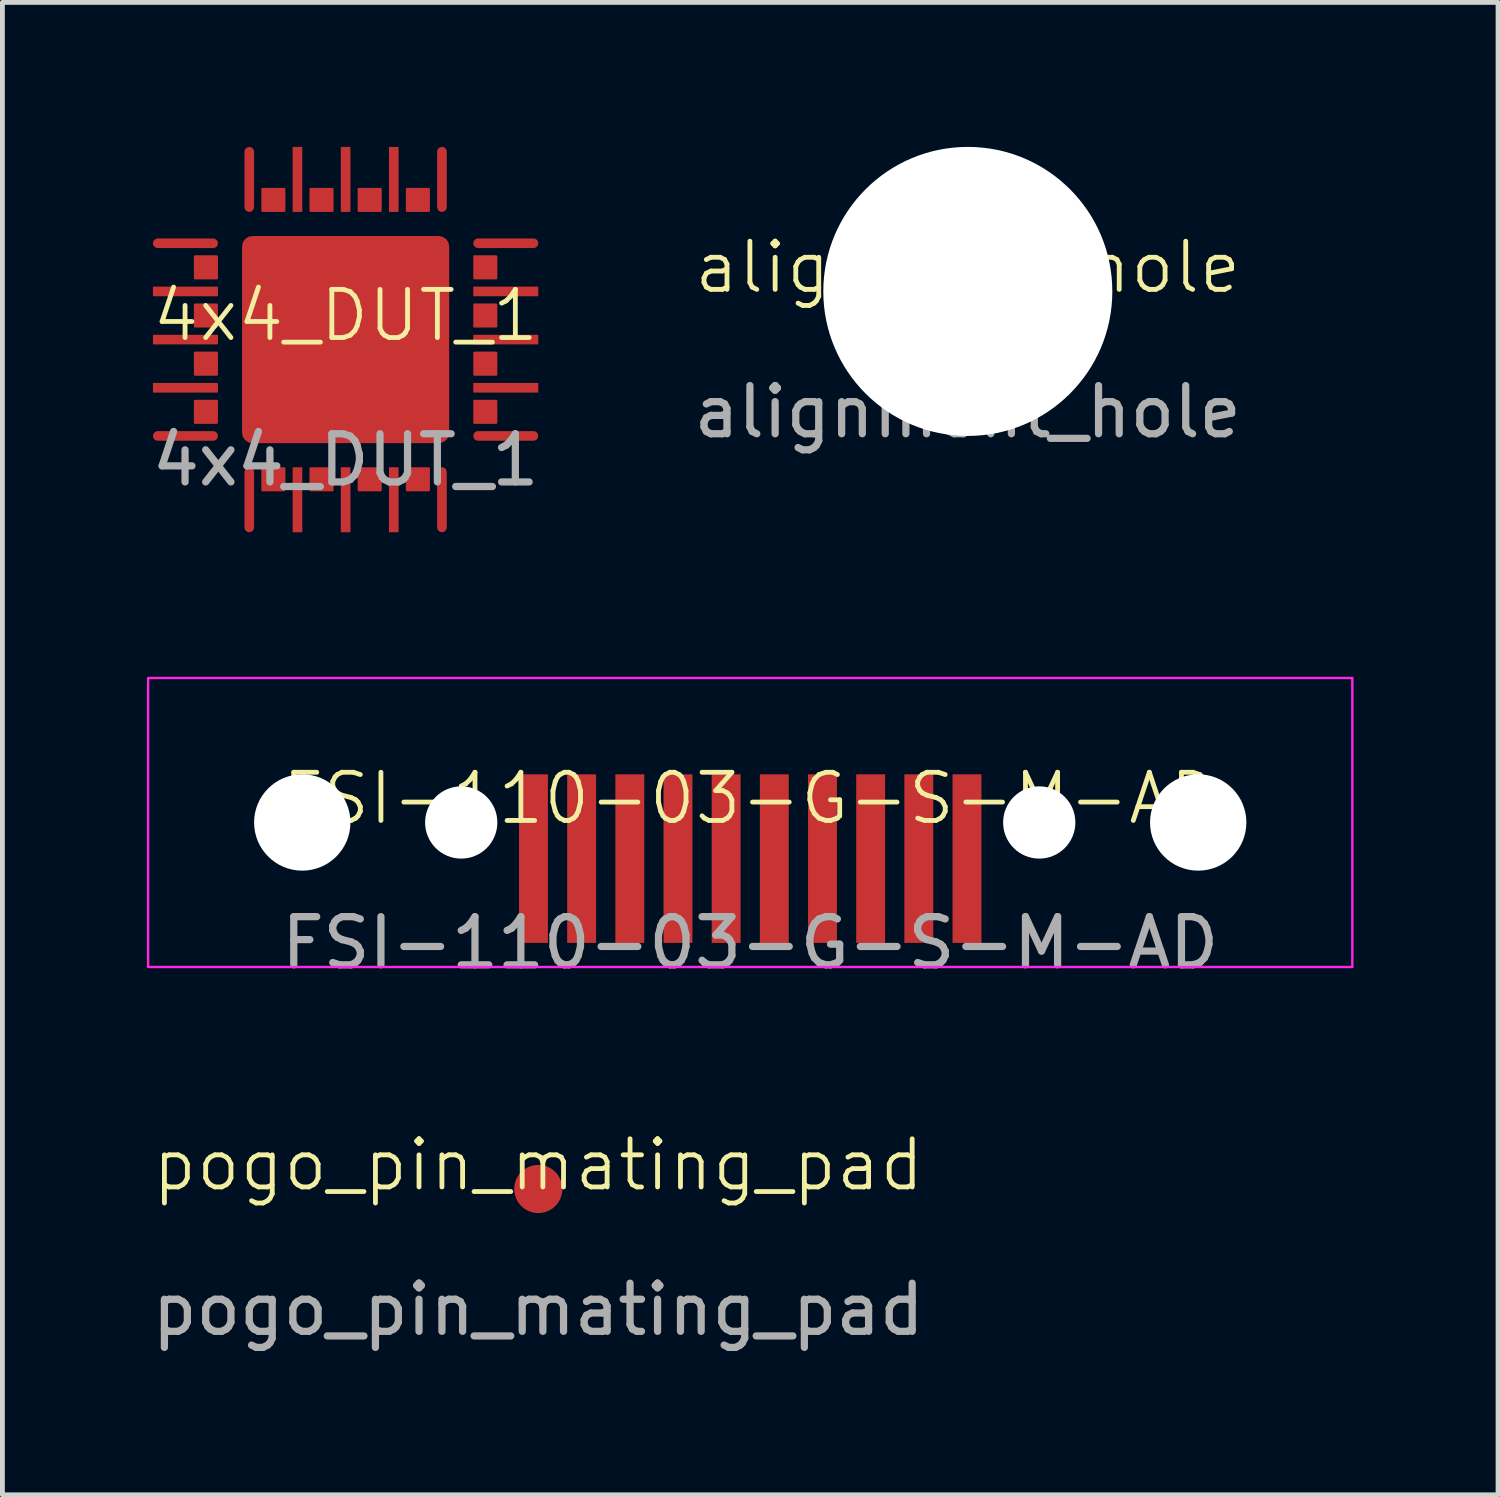
<source format=kicad_pcb>
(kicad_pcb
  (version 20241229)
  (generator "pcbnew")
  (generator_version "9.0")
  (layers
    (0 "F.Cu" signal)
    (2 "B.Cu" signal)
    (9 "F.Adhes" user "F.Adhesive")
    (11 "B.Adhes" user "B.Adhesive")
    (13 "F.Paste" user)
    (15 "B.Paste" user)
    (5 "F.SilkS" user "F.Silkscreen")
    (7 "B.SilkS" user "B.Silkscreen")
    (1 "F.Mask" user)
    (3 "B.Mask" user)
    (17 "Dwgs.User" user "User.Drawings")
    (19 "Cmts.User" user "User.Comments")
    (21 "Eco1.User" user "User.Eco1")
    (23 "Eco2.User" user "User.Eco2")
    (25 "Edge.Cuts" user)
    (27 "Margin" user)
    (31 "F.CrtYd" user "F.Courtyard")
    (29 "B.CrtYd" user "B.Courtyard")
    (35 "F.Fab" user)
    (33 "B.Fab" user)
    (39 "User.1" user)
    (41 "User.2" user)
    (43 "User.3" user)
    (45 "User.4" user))
  (footprint "FSI-110-03-G-S-M-AD"
    (layer "F.Cu")
    (at 12.525 14.025)
    (property "Reference" "FSI-110-03-G-S-M-AD" (at 0 -0.5 0) (unlocked yes) (layer "F.SilkS") (effects (font (size 1 1) (thickness 0.1))))
    (attr smd)
    (fp_rect (start -12.5 -3) (end 12.5 3) (stroke (width 0.05) (type default)) (fill no) (layer "F.CrtYd"))
    (fp_text user "${REFERENCE}" (at 0 2.5 0) (unlocked yes) (layer "F.Fab") (effects (font (size 1 1) (thickness 0.15))))
    (pad "" np_thru_hole circle (at -9.3 0) (size 2 2) (drill 2) (layers "*.Cu" "*.Mask"))
    (pad "" np_thru_hole circle (at -6 0) (size 1.5 1.5) (drill 1.5) (layers "*.Cu" "*.Mask"))
    (pad "" np_thru_hole circle (at 6 0) (size 1.5 1.5) (drill 1.5) (layers "*.Cu" "*.Mask"))
    (pad "" np_thru_hole circle (at 9.3 0) (size 2 2) (drill 2) (layers "*.Cu" "*.Mask"))
    (pad "1" smd rect (at 4.5 0.75) (size 0.6 3.5) (layers "F.Cu" "F.Mask"))
    (pad "2" smd rect (at 3.5 0.75) (size 0.6 3.5) (layers "F.Cu" "F.Mask"))
    (pad "3" smd rect (at 2.5 0.75) (size 0.6 3.5) (layers "F.Cu" "F.Mask"))
    (pad "4" smd rect (at 1.5 0.75) (size 0.6 3.5) (layers "F.Cu" "F.Mask"))
    (pad "5" smd rect (at 0.5 0.75) (size 0.6 3.5) (layers "F.Cu" "F.Mask"))
    (pad "6" smd rect (at -0.5 0.75) (size 0.6 3.5) (layers "F.Cu" "F.Mask"))
    (pad "7" smd rect (at -1.5 0.75) (size 0.6 3.5) (layers "F.Cu" "F.Mask"))
    (pad "8" smd rect (at -2.5 0.75) (size 0.6 3.5) (layers "F.Cu" "F.Mask"))
    (pad "9" smd rect (at -3.5 0.75) (size 0.6 3.5) (layers "F.Cu" "F.Mask"))
    (pad "10" smd rect (at -4.5 0.75) (size 0.6 3.5) (layers "F.Cu" "F.Mask")))
  (footprint "4x4_DUT_1"
    (layer "F.Cu")
    (at 4.125 4)
    (property "Reference" "4x4_DUT_1" (at 0 -0.5 0) (unlocked yes) (layer "F.SilkS") (effects (font (size 1 1) (thickness 0.1))))
    (attr smd)
    (fp_text user "${REFERENCE}" (at 0 2.5 0) (unlocked yes) (layer "F.Fab") (effects (font (size 1 1) (thickness 0.15))))
    (pad "1" smd roundrect (at -2.9 -1.5) (size 0.5 0.5) (layers "F.Cu" "F.Mask") (roundrect_rratio 0.05))
    (pad "2" smd roundrect (at -2.9 -0.5) (size 0.5 0.5) (layers "F.Cu" "F.Mask") (roundrect_rratio 0.05))
    (pad "3" smd roundrect (at -2.9 0.5) (size 0.5 0.5) (layers "F.Cu" "F.Mask") (roundrect_rratio 0.05))
    (pad "4" smd roundrect (at -2.9 1.5) (size 0.5 0.5) (layers "F.Cu" "F.Mask") (roundrect_rratio 0.05))
    (pad "5" smd roundrect (at -1.5 2.9) (size 0.5 0.5) (layers "F.Cu" "F.Mask") (roundrect_rratio 0.05))
    (pad "6" smd roundrect (at -0.5 2.9) (size 0.5 0.5) (layers "F.Cu" "F.Mask") (roundrect_rratio 0.05))
    (pad "7" smd roundrect (at 0.5 2.9) (size 0.5 0.5) (layers "F.Cu" "F.Mask") (roundrect_rratio 0.05))
    (pad "8" smd roundrect (at 1.5 2.9) (size 0.5 0.5) (layers "F.Cu" "F.Mask") (roundrect_rratio 0.05))
    (pad "9" smd roundrect (at 2.9 1.5) (size 0.5 0.5) (layers "F.Cu" "F.Mask") (roundrect_rratio 0.05))
    (pad "10" smd roundrect (at 2.9 0.5) (size 0.5 0.5) (layers "F.Cu" "F.Mask") (roundrect_rratio 0.05))
    (pad "11" smd roundrect (at 2.9 -0.5) (size 0.5 0.5) (layers "F.Cu" "F.Mask") (roundrect_rratio 0.05))
    (pad "12" smd roundrect (at 2.9 -1.5) (size 0.5 0.5) (layers "F.Cu" "F.Mask") (roundrect_rratio 0.05))
    (pad "13" smd roundrect (at 1.5 -2.9) (size 0.5 0.5) (layers "F.Cu" "F.Mask") (roundrect_rratio 0.05))
    (pad "14" smd roundrect (at 0.5 -2.9) (size 0.5 0.5) (layers "F.Cu" "F.Mask") (roundrect_rratio 0.05))
    (pad "15" smd roundrect (at -0.5 -2.9) (size 0.5 0.5) (layers "F.Cu" "F.Mask") (roundrect_rratio 0.05))
    (pad "16" smd roundrect (at -1.5 -2.9) (size 0.5 0.5) (layers "F.Cu" "F.Mask") (roundrect_rratio 0.05))
    (pad "17" smd roundrect (at 0 0) (size 4.3 4.3) (layers "F.Cu" "F.Mask") (roundrect_rratio 0.05))
    (pad "18" smd roundrect (at -3.325 -2 180) (size 1.35 0.2) (layers "F.Cu" "F.Mask") (roundrect_rratio 0.5))
    (pad "18" smd roundrect (at -3.325 -1) (size 1.35 0.2) (layers "F.Cu" "F.Mask") (roundrect_rratio 0.05))
    (pad "18" smd roundrect (at -3.325 0) (size 1.35 0.2) (layers "F.Cu" "F.Mask") (roundrect_rratio 0.05))
    (pad "18" smd roundrect (at -3.325 1) (size 1.35 0.2) (layers "F.Cu" "F.Mask") (roundrect_rratio 0.05))
    (pad "18" smd roundrect (at -3.325 2 180) (size 1.35 0.2) (layers "F.Cu" "F.Mask") (roundrect_rratio 0.5))
    (pad "18" smd roundrect (at -2 -3.325 90) (size 1.35 0.2) (layers "F.Cu" "F.Mask") (roundrect_rratio 0.5))
    (pad "18" smd roundrect (at -2 3.325 90) (size 1.35 0.2) (layers "F.Cu" "F.Mask") (roundrect_rratio 0.5))
    (pad "18" smd roundrect (at -1 -3.325 90) (size 1.35 0.2) (layers "F.Cu" "F.Mask") (roundrect_rratio 0.05))
    (pad "18" smd roundrect (at -1 3.325 90) (size 1.35 0.2) (layers "F.Cu" "F.Mask") (roundrect_rratio 0.05))
    (pad "18" smd roundrect (at 0 -3.325 90) (size 1.35 0.2) (layers "F.Cu" "F.Mask") (roundrect_rratio 0.05))
    (pad "18" smd roundrect (at 0 3.325 90) (size 1.35 0.2) (layers "F.Cu" "F.Mask") (roundrect_rratio 0.05))
    (pad "18" smd roundrect (at 1 -3.325 90) (size 1.35 0.2) (layers "F.Cu" "F.Mask") (roundrect_rratio 0.05))
    (pad "18" smd roundrect (at 1 3.325 90) (size 1.35 0.2) (layers "F.Cu" "F.Mask") (roundrect_rratio 0.05))
    (pad "18" smd roundrect (at 2 -3.325 90) (size 1.35 0.2) (layers "F.Cu" "F.Mask") (roundrect_rratio 0.5))
    (pad "18" smd roundrect (at 2 3.325 90) (size 1.35 0.2) (layers "F.Cu" "F.Mask") (roundrect_rratio 0.5))
    (pad "18" smd roundrect (at 3.325 -2 180) (size 1.35 0.2) (layers "F.Cu" "F.Mask") (roundrect_rratio 0.5))
    (pad "18" smd roundrect (at 3.325 -1) (size 1.35 0.2) (layers "F.Cu" "F.Mask") (roundrect_rratio 0.05))
    (pad "18" smd roundrect (at 3.325 0) (size 1.35 0.2) (layers "F.Cu" "F.Mask") (roundrect_rratio 0.05))
    (pad "18" smd roundrect (at 3.325 1) (size 1.35 0.2) (layers "F.Cu" "F.Mask") (roundrect_rratio 0.05))
    (pad "18" smd roundrect (at 3.325 2 180) (size 1.35 0.2) (layers "F.Cu" "F.Mask") (roundrect_rratio 0.5)))
  (footprint "alignment_hole"
    (layer "F.Cu")
    (at 17.042 3)
    (property "Reference" "alignment_hole" (at 0 -0.5 0) (unlocked yes) (layer "F.SilkS") (effects (font (size 1 1) (thickness 0.1))))
    (attr smd)
    (fp_text user "${REFERENCE}" (at 0 2.5 0) (unlocked yes) (layer "F.Fab") (effects (font (size 1 1) (thickness 0.15))))
    (pad "" np_thru_hole circle (at 0 0) (size 6 6) (drill 6) (layers "*.Cu" "*.Mask")))
  (footprint "pogo_pin_mating_pad"
    (layer "F.Cu")
    (at 8.125 21.634)
    (property "Reference" "pogo_pin_mating_pad" (at 0 -0.5 0) (unlocked yes) (layer "F.SilkS") (effects (font (size 1 1) (thickness 0.1))))
    (attr smd)
    (fp_text user "${REFERENCE}" (at 0 2.5 0) (unlocked yes) (layer "F.Fab") (effects (font (size 1 1) (thickness 0.15))))
    (pad "1" smd circle (at 0 0) (size 1 1) (layers "F.Cu" "F.Mask")))
  (gr_rect
    (start -3 -3)
    (end 28.05 27.982)
    (stroke (width 0.1) (type default))
    (fill no)
    (layer "Edge.Cuts")))
</source>
